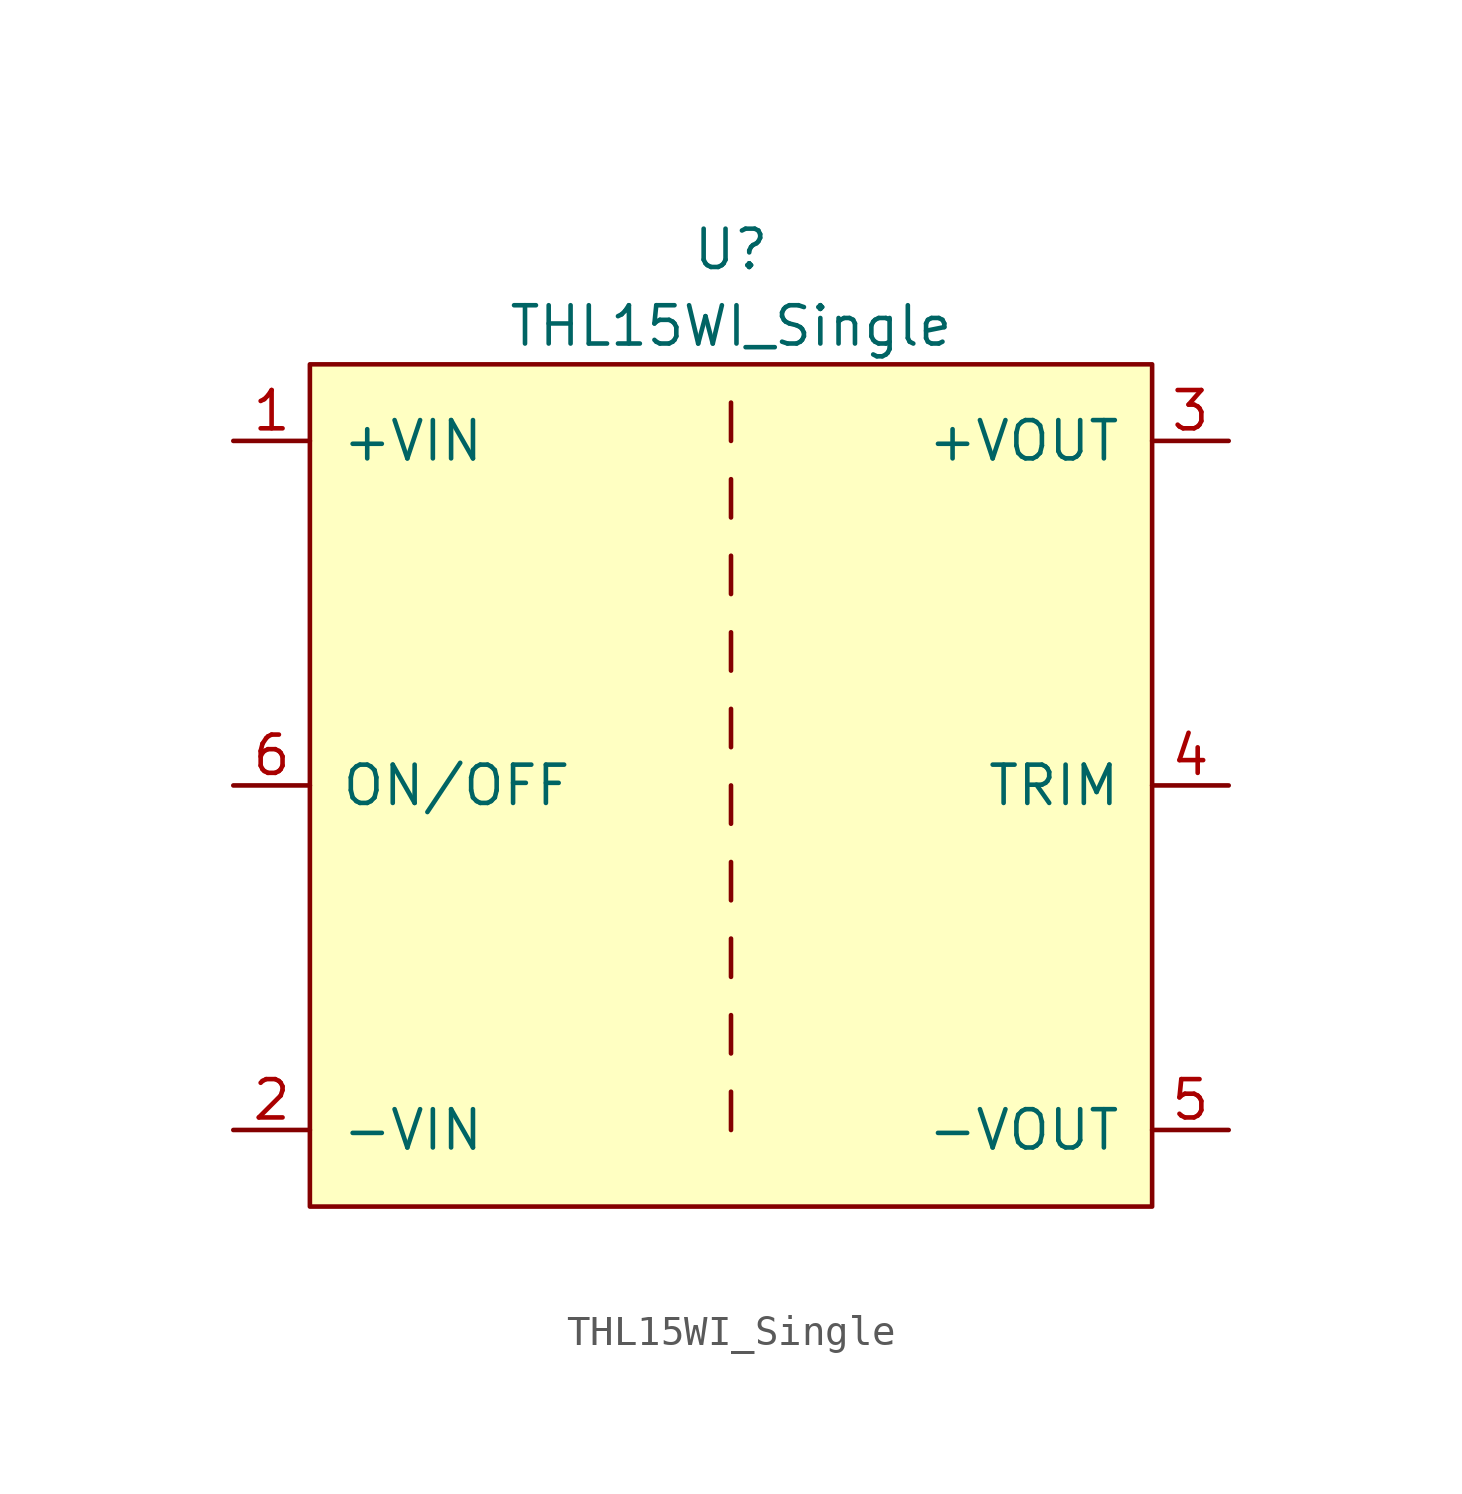
<source format=kicad_sym>
(kicad_symbol_lib
  (version 20220914)
  (generator kicad_symbol_editor)
  (symbol "THL15WI_Single"
    (pin_names
      (offset 1.016))
    (property "Reference" "U"
      (at 0 17.78 0)
      (effects (font (size 1.27 1.27))))
    (property "Value" "THL15WI_Single"
      (at 0 15.24 0)
      (effects (font (size 1.27 1.27))))
    (symbol "THL15WI_Single_0_1"
      (rectangle (start -13.97 13.97) (end 13.97 -13.97) (stroke (width 0) (type default)) (fill (type background)))
      (polyline (pts (xy 0 -10.16) (xy 0 -11.43)) (stroke (width 0) (type default)) (fill (type none)))
      (polyline (pts (xy 0 -7.62) (xy 0 -8.89)) (stroke (width 0) (type default)) (fill (type none)))
      (polyline (pts (xy 0 -5.08) (xy 0 -6.35)) (stroke (width 0) (type default)) (fill (type none)))
      (polyline (pts (xy 0 -2.54) (xy 0 -3.81)) (stroke (width 0) (type default)) (fill (type none)))
      (polyline (pts (xy 0 0) (xy 0 -1.27)) (stroke (width 0) (type default)) (fill (type none)))
      (polyline (pts (xy 0 2.54) (xy 0 1.27)) (stroke (width 0) (type default)) (fill (type none)))
      (polyline (pts (xy 0 5.08) (xy 0 3.81)) (stroke (width 0) (type default)) (fill (type none)))
      (polyline (pts (xy 0 7.62) (xy 0 6.35)) (stroke (width 0) (type default)) (fill (type none)))
      (polyline (pts (xy 0 10.16) (xy 0 8.89)) (stroke (width 0) (type default)) (fill (type none)))
      (polyline (pts (xy 0 12.7) (xy 0 11.43)) (stroke (width 0) (type default)) (fill (type none))))
    (symbol "THL15WI_Single_1_1"
      (pin passive line (at -16.51 11.43 0) (length 2.54) (name "+VIN" (effects (font (size 1.27 1.27)))) (number "1" (effects (font (size 1.27 1.27)))))
      (pin passive line (at -16.51 -11.43 0) (length 2.54) (name "-VIN" (effects (font (size 1.27 1.27)))) (number "2" (effects (font (size 1.27 1.27)))))
      (pin passive line (at 16.51 11.43 180) (length 2.54) (name "+VOUT" (effects (font (size 1.27 1.27)))) (number "3" (effects (font (size 1.27 1.27)))))
      (pin passive line (at 16.51 0 180) (length 2.54) (name "TRIM" (effects (font (size 1.27 1.27)))) (number "4" (effects (font (size 1.27 1.27)))))
      (pin passive line (at 16.51 -11.43 180) (length 2.54) (name "-VOUT" (effects (font (size 1.27 1.27)))) (number "5" (effects (font (size 1.27 1.27)))))
      (pin passive line (at -16.51 0 0) (length 2.54) (name "ON/OFF" (effects (font (size 1.27 1.27)))) (number "6" (effects (font (size 1.27 1.27))))))))
</source>
